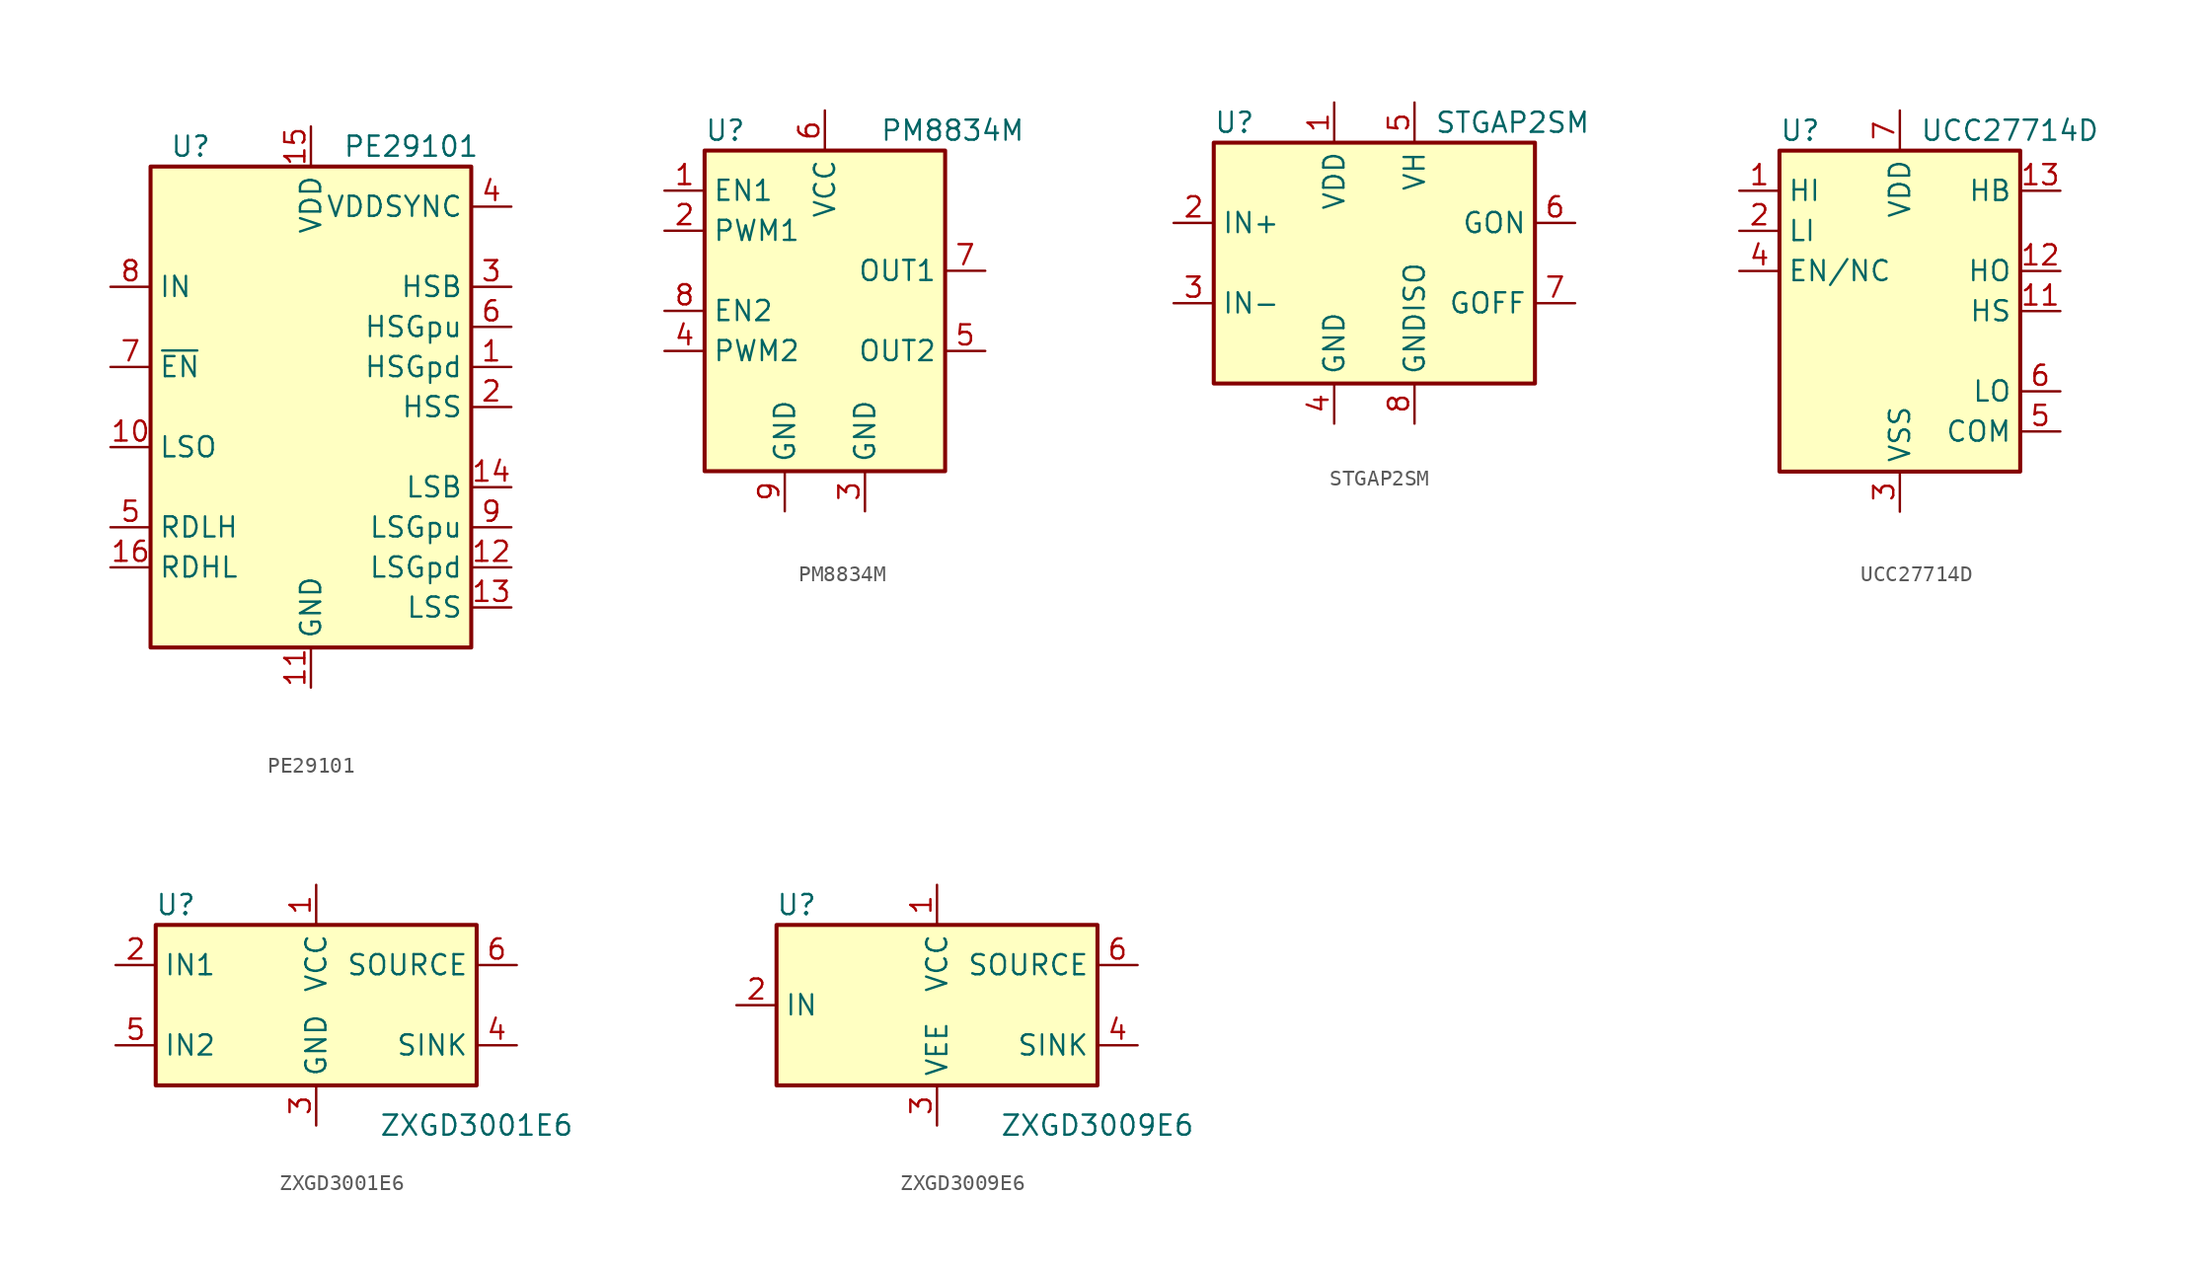
<source format=kicad_sym>
(kicad_symbol_lib
  (version 20231120)
  (generator "kicad_symbol_editor")
  (generator_version "8.0")
  (symbol "PE29101"
    (property "Reference" "U"
      (at -7.62 16.51 0)
      (effects (font (size 1.27 1.27))))
    (property "Value" "PE29101"
      (at 6.35 16.51 0)
      (effects (font (size 1.27 1.27))))
    (symbol "PE29101_0_1"
      (rectangle (start 10.16 15.24) (end -10.16 -15.24) (stroke (width 0.254) (type default)) (fill (type background))))
    (symbol "PE29101_1_1"
      (pin output line (at 12.7 2.54 180) (length 2.54) (name "HSGpd" (effects (font (size 1.27 1.27)))) (number "1" (effects (font (size 1.27 1.27)))))
      (pin output line (at -12.7 -2.54 0) (length 2.54) (name "LSO" (effects (font (size 1.27 1.27)))) (number "10" (effects (font (size 1.27 1.27)))))
      (pin power_in line (at 0 -17.78 90) (length 2.54) (name "GND" (effects (font (size 1.27 1.27)))) (number "11" (effects (font (size 1.27 1.27)))))
      (pin output line (at 12.7 -10.16 180) (length 2.54) (name "LSGpd" (effects (font (size 1.27 1.27)))) (number "12" (effects (font (size 1.27 1.27)))))
      (pin passive line (at 12.7 -12.7 180) (length 2.54) (name "LSS" (effects (font (size 1.27 1.27)))) (number "13" (effects (font (size 1.27 1.27)))))
      (pin input line (at 12.7 -5.08 180) (length 2.54) (name "LSB" (effects (font (size 1.27 1.27)))) (number "14" (effects (font (size 1.27 1.27)))))
      (pin power_in line (at 0 17.78 270) (length 2.54) (name "VDD" (effects (font (size 1.27 1.27)))) (number "15" (effects (font (size 1.27 1.27)))))
      (pin passive line (at -12.7 -10.16 0) (length 2.54) (name "RDHL" (effects (font (size 1.27 1.27)))) (number "16" (effects (font (size 1.27 1.27)))))
      (pin passive line (at 12.7 0 180) (length 2.54) (name "HSS" (effects (font (size 1.27 1.27)))) (number "2" (effects (font (size 1.27 1.27)))))
      (pin input line (at 12.7 7.62 180) (length 2.54) (name "HSB" (effects (font (size 1.27 1.27)))) (number "3" (effects (font (size 1.27 1.27)))))
      (pin passive line (at 12.7 12.7 180) (length 2.54) (name "VDDSYNC" (effects (font (size 1.27 1.27)))) (number "4" (effects (font (size 1.27 1.27)))))
      (pin passive line (at -12.7 -7.62 0) (length 2.54) (name "RDLH" (effects (font (size 1.27 1.27)))) (number "5" (effects (font (size 1.27 1.27)))))
      (pin output line (at 12.7 5.08 180) (length 2.54) (name "HSGpu" (effects (font (size 1.27 1.27)))) (number "6" (effects (font (size 1.27 1.27)))))
      (pin input line (at -12.7 2.54 0) (length 2.54) (name "~{EN}" (effects (font (size 1.27 1.27)))) (number "7" (effects (font (size 1.27 1.27)))))
      (pin input line (at -12.7 7.62 0) (length 2.54) (name "IN" (effects (font (size 1.27 1.27)))) (number "8" (effects (font (size 1.27 1.27)))))
      (pin output line (at 12.7 -7.62 180) (length 2.54) (name "LSGpu" (effects (font (size 1.27 1.27)))) (number "9" (effects (font (size 1.27 1.27)))))))
  (symbol "PM8834M"
    (property "Reference" "U"
      (at -7.62 11.43 0)
      (effects (font (size 1.27 1.27)) (justify left)))
    (property "Value" "PM8834M"
      (at 12.7 11.43 0)
      (effects (font (size 1.27 1.27)) (justify right)))
    (symbol "PM8834M_0_1"
      (rectangle (start -7.62 -10.16) (end 7.62 10.16) (stroke (width 0.254) (type default)) (fill (type background))))
    (symbol "PM8834M_1_1"
      (pin input line (at -10.16 7.62 0) (length 2.54) (name "EN1" (effects (font (size 1.27 1.27)))) (number "1" (effects (font (size 1.27 1.27)))))
      (pin input line (at -10.16 5.08 0) (length 2.54) (name "PWM1" (effects (font (size 1.27 1.27)))) (number "2" (effects (font (size 1.27 1.27)))))
      (pin power_in line (at 2.54 -12.7 90) (length 2.54) (name "GND" (effects (font (size 1.27 1.27)))) (number "3" (effects (font (size 1.27 1.27)))))
      (pin input line (at -10.16 -2.54 0) (length 2.54) (name "PWM2" (effects (font (size 1.27 1.27)))) (number "4" (effects (font (size 1.27 1.27)))))
      (pin output line (at 10.16 -2.54 180) (length 2.54) (name "OUT2" (effects (font (size 1.27 1.27)))) (number "5" (effects (font (size 1.27 1.27)))))
      (pin power_in line (at 0 12.7 270) (length 2.54) (name "VCC" (effects (font (size 1.27 1.27)))) (number "6" (effects (font (size 1.27 1.27)))))
      (pin output line (at 10.16 2.54 180) (length 2.54) (name "OUT1" (effects (font (size 1.27 1.27)))) (number "7" (effects (font (size 1.27 1.27)))))
      (pin input line (at -10.16 0 0) (length 2.54) (name "EN2" (effects (font (size 1.27 1.27)))) (number "8" (effects (font (size 1.27 1.27)))))
      (pin power_in line (at -2.54 -12.7 90) (length 2.54) (name "GND" (effects (font (size 1.27 1.27)))) (number "9" (effects (font (size 1.27 1.27)))))))
  (symbol "STGAP2SM"
    (property "Reference" "U"
      (at -10.16 8.89 0)
      (effects (font (size 1.27 1.27)) (justify left)))
    (property "Value" "STGAP2SM"
      (at 3.81 8.89 0)
      (effects (font (size 1.27 1.27)) (justify left)))
    (symbol "STGAP2SM_0_1"
      (rectangle (start -10.16 -7.62) (end 10.16 7.62) (stroke (width 0.254) (type default)) (fill (type background))))
    (symbol "STGAP2SM_1_1"
      (pin power_in line (at -2.54 10.16 270) (length 2.54) (name "VDD" (effects (font (size 1.27 1.27)))) (number "1" (effects (font (size 1.27 1.27)))))
      (pin input line (at -12.7 2.54 0) (length 2.54) (name "IN+" (effects (font (size 1.27 1.27)))) (number "2" (effects (font (size 1.27 1.27)))))
      (pin input line (at -12.7 -2.54 0) (length 2.54) (name "IN-" (effects (font (size 1.27 1.27)))) (number "3" (effects (font (size 1.27 1.27)))))
      (pin power_in line (at -2.54 -10.16 90) (length 2.54) (name "GND" (effects (font (size 1.27 1.27)))) (number "4" (effects (font (size 1.27 1.27)))))
      (pin power_in line (at 2.54 10.16 270) (length 2.54) (name "VH" (effects (font (size 1.27 1.27)))) (number "5" (effects (font (size 1.27 1.27)))))
      (pin output line (at 12.7 2.54 180) (length 2.54) (name "GON" (effects (font (size 1.27 1.27)))) (number "6" (effects (font (size 1.27 1.27)))))
      (pin output line (at 12.7 -2.54 180) (length 2.54) (name "GOFF" (effects (font (size 1.27 1.27)))) (number "7" (effects (font (size 1.27 1.27)))))
      (pin power_in line (at 2.54 -10.16 90) (length 2.54) (name "GNDISO" (effects (font (size 1.27 1.27)))) (number "8" (effects (font (size 1.27 1.27)))))))
  (symbol "UCC27714D"
    (property "Reference" "U"
      (at -7.62 11.43 0)
      (effects (font (size 1.27 1.27)) (justify left)))
    (property "Value" "UCC27714D"
      (at 1.27 11.43 0)
      (effects (font (size 1.27 1.27)) (justify left)))
    (symbol "UCC27714D_0_1"
      (rectangle (start -7.62 10.16) (end 7.62 -10.16) (stroke (width 0.254) (type default)) (fill (type background))))
    (symbol "UCC27714D_1_1"
      (pin input line (at -10.16 7.62 0) (length 2.54) (name "HI" (effects (font (size 1.27 1.27)))) (number "1" (effects (font (size 1.27 1.27)))))
      (pin no_connect line (at -7.62 -5.08 0) (length 2.54) hide (name "NC" (effects (font (size 1.27 1.27)))) (number "10" (effects (font (size 1.27 1.27)))))
      (pin passive line (at 10.16 0 180) (length 2.54) (name "HS" (effects (font (size 1.27 1.27)))) (number "11" (effects (font (size 1.27 1.27)))))
      (pin output line (at 10.16 2.54 180) (length 2.54) (name "HO" (effects (font (size 1.27 1.27)))) (number "12" (effects (font (size 1.27 1.27)))))
      (pin input line (at 10.16 7.62 180) (length 2.54) (name "HB" (effects (font (size 1.27 1.27)))) (number "13" (effects (font (size 1.27 1.27)))))
      (pin no_connect line (at -7.62 -7.62 0) (length 2.54) hide (name "NC" (effects (font (size 1.27 1.27)))) (number "14" (effects (font (size 1.27 1.27)))))
      (pin input line (at -10.16 5.08 0) (length 2.54) (name "LI" (effects (font (size 1.27 1.27)))) (number "2" (effects (font (size 1.27 1.27)))))
      (pin power_in line (at 0 -12.7 90) (length 2.54) (name "VSS" (effects (font (size 1.27 1.27)))) (number "3" (effects (font (size 1.27 1.27)))))
      (pin input line (at -10.16 2.54 0) (length 2.54) (name "EN/NC" (effects (font (size 1.27 1.27)))) (number "4" (effects (font (size 1.27 1.27)))))
      (pin passive line (at 10.16 -7.62 180) (length 2.54) (name "COM" (effects (font (size 1.27 1.27)))) (number "5" (effects (font (size 1.27 1.27)))))
      (pin output line (at 10.16 -5.08 180) (length 2.54) (name "LO" (effects (font (size 1.27 1.27)))) (number "6" (effects (font (size 1.27 1.27)))))
      (pin power_in line (at 0 12.7 270) (length 2.54) (name "VDD" (effects (font (size 1.27 1.27)))) (number "7" (effects (font (size 1.27 1.27)))))
      (pin no_connect line (at -7.62 0 0) (length 2.54) hide (name "NC" (effects (font (size 1.27 1.27)))) (number "8" (effects (font (size 1.27 1.27)))))
      (pin no_connect line (at -7.62 -2.54 0) (length 2.54) hide (name "NC" (effects (font (size 1.27 1.27)))) (number "9" (effects (font (size 1.27 1.27)))))))
  (symbol "ZXGD3001E6"
    (property "Reference" "U"
      (at -8.89 6.35 0)
      (effects (font (size 1.27 1.27))))
    (property "Value" "ZXGD3001E6"
      (at 10.16 -7.62 0)
      (effects (font (size 1.27 1.27))))
    (symbol "ZXGD3001E6_0_1"
      (rectangle (start -10.16 5.08) (end 10.16 -5.08) (stroke (width 0.254) (type default)) (fill (type background))))
    (symbol "ZXGD3001E6_1_1"
      (pin power_in line (at 0 7.62 270) (length 2.54) (name "VCC" (effects (font (size 1.27 1.27)))) (number "1" (effects (font (size 1.27 1.27)))))
      (pin input line (at -12.7 2.54 0) (length 2.54) (name "IN1" (effects (font (size 1.27 1.27)))) (number "2" (effects (font (size 1.27 1.27)))))
      (pin power_in line (at 0 -7.62 90) (length 2.54) (name "GND" (effects (font (size 1.27 1.27)))) (number "3" (effects (font (size 1.27 1.27)))))
      (pin open_collector line (at 12.7 -2.54 180) (length 2.54) (name "SINK" (effects (font (size 1.27 1.27)))) (number "4" (effects (font (size 1.27 1.27)))))
      (pin input line (at -12.7 -2.54 0) (length 2.54) (name "IN2" (effects (font (size 1.27 1.27)))) (number "5" (effects (font (size 1.27 1.27)))))
      (pin open_emitter line (at 12.7 2.54 180) (length 2.54) (name "SOURCE" (effects (font (size 1.27 1.27)))) (number "6" (effects (font (size 1.27 1.27)))))))
  (symbol "ZXGD3009E6"
    (property "Reference" "U"
      (at -8.89 6.35 0)
      (effects (font (size 1.27 1.27))))
    (property "Value" "ZXGD3009E6"
      (at 10.16 -7.62 0)
      (effects (font (size 1.27 1.27))))
    (symbol "ZXGD3009E6_0_1"
      (rectangle (start -10.16 5.08) (end 10.16 -5.08) (stroke (width 0.254) (type default)) (fill (type background))))
    (symbol "ZXGD3009E6_1_1"
      (pin power_in line (at 0 7.62 270) (length 2.54) (name "VCC" (effects (font (size 1.27 1.27)))) (number "1" (effects (font (size 1.27 1.27)))))
      (pin input line (at -12.7 0 0) (length 2.54) (name "IN" (effects (font (size 1.27 1.27)))) (number "2" (effects (font (size 1.27 1.27)))))
      (pin power_in line (at 0 -7.62 90) (length 2.54) (name "VEE" (effects (font (size 1.27 1.27)))) (number "3" (effects (font (size 1.27 1.27)))))
      (pin open_collector line (at 12.7 -2.54 180) (length 2.54) (name "SINK" (effects (font (size 1.27 1.27)))) (number "4" (effects (font (size 1.27 1.27)))))
      (pin no_connect line (at 10.16 0 180) (length 2.54) hide (name "NC" (effects (font (size 1.27 1.27)))) (number "5" (effects (font (size 1.27 1.27)))))
      (pin open_emitter line (at 12.7 2.54 180) (length 2.54) (name "SOURCE" (effects (font (size 1.27 1.27)))) (number "6" (effects (font (size 1.27 1.27))))))))
</source>
